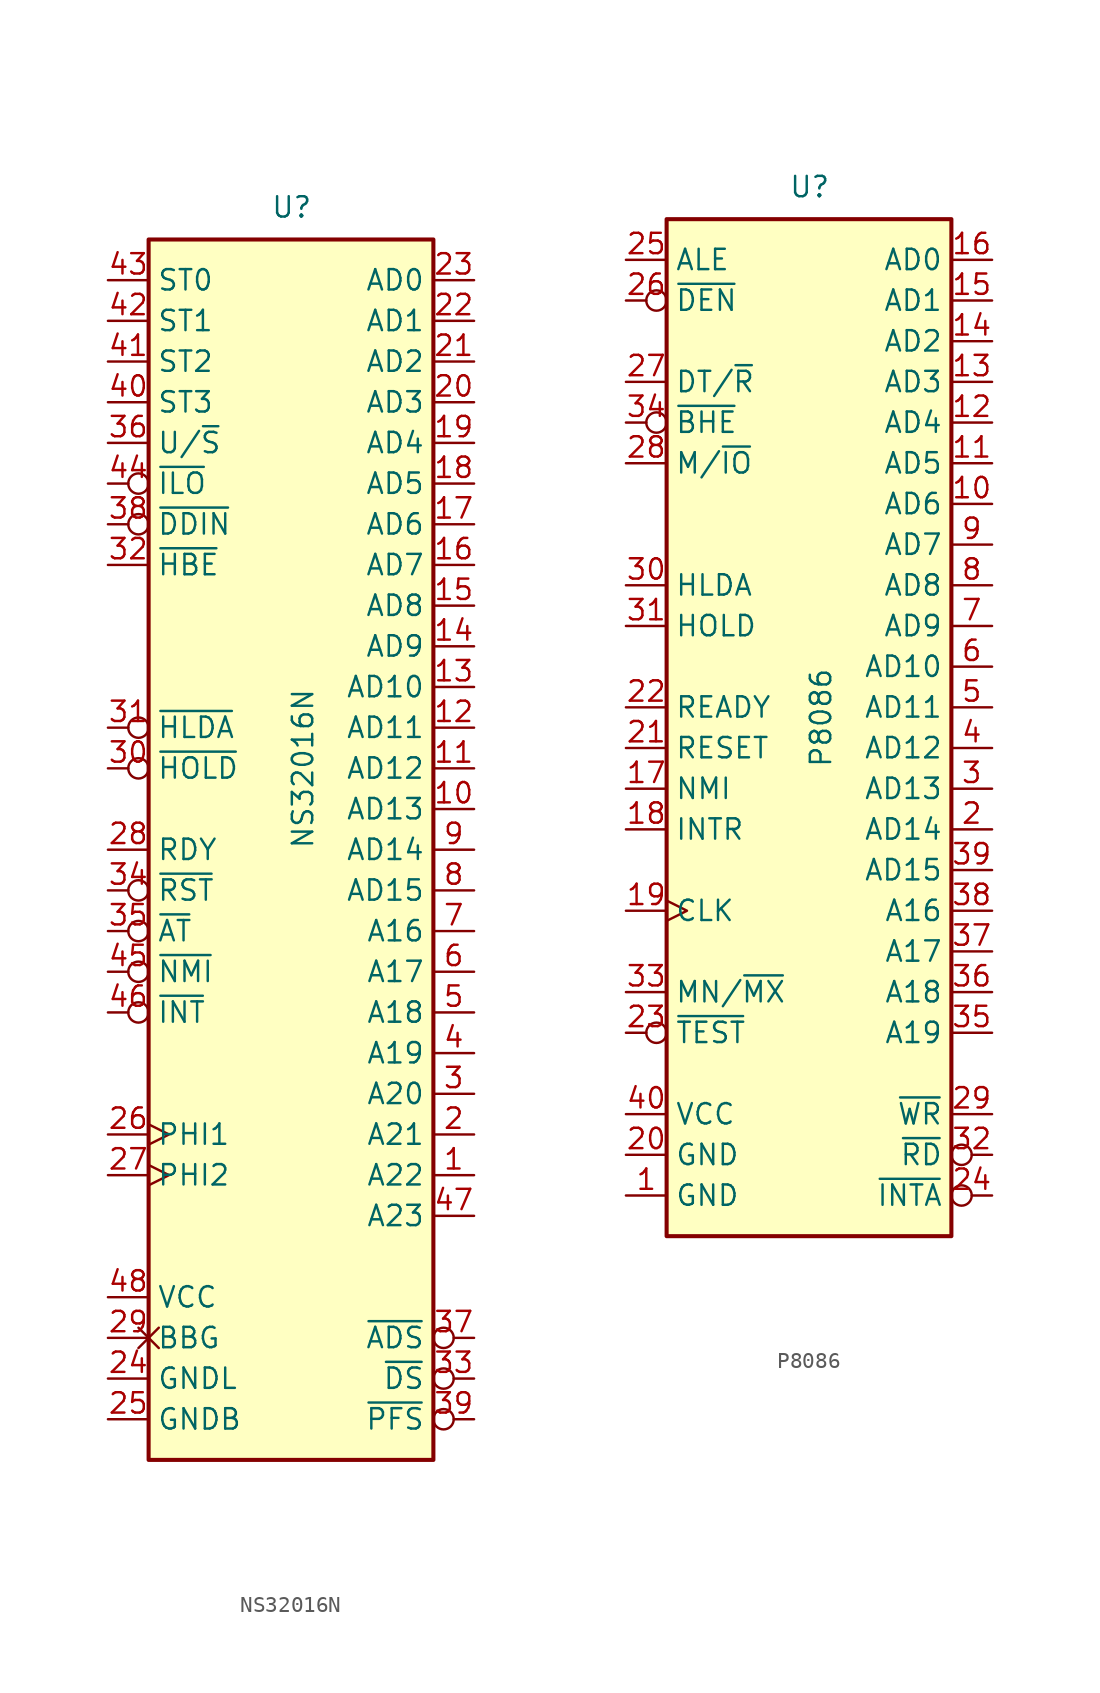
<source format=kicad_sym>
(kicad_symbol_lib
  (version 20211014)
  (generator kicad_symbol_editor)
  (symbol "NS32016N"
    (property "Reference" "U"
      (at -1.27 39.37 0)
      (effects (font (size 1.27 1.27)) (justify left bottom)))
    (property "Value" "NS32016N"
      (at 0 0 90)
      (effects (font (size 1.27 1.27)) (justify left top)))
    (symbol "NS32016N_0_0"
      (pin output line (at 11.43 -20.32 180) (length 2.54) (name "A22" (effects (font (size 1.27 1.27)))) (number "1" (effects (font (size 1.27 1.27)))))
      (pin output line (at 11.43 -17.78 180) (length 2.54) (name "A21" (effects (font (size 1.27 1.27)))) (number "2" (effects (font (size 1.27 1.27)))))
      (pin passive non_logic (at -11.43 -30.48 0) (length 2.54) (name "BBG" (effects (font (size 1.27 1.27)))) (number "29" (effects (font (size 1.27 1.27)))))
      (pin output line (at 11.43 -15.24 180) (length 2.54) (name "A20" (effects (font (size 1.27 1.27)))) (number "3" (effects (font (size 1.27 1.27)))))
      (pin output line (at 11.43 -12.7 180) (length 2.54) (name "A19" (effects (font (size 1.27 1.27)))) (number "4" (effects (font (size 1.27 1.27)))))
      (pin output line (at 11.43 -10.16 180) (length 2.54) (name "A18" (effects (font (size 1.27 1.27)))) (number "5" (effects (font (size 1.27 1.27)))))
      (pin output line (at 11.43 -7.62 180) (length 2.54) (name "A17" (effects (font (size 1.27 1.27)))) (number "6" (effects (font (size 1.27 1.27)))))
      (pin output line (at 11.43 -5.08 180) (length 2.54) (name "A16" (effects (font (size 1.27 1.27)))) (number "7" (effects (font (size 1.27 1.27))))))
    (symbol "NS32016N_0_1"
      (rectangle (start -8.89 -38.1) (end 8.89 38.1) (stroke (width 0.254) (type default) (color 0 0 0 0)) (fill (type background))))
    (symbol "NS32016N_1_1"
      (pin bidirectional line (at 11.43 2.54 180) (length 2.54) (name "AD13" (effects (font (size 1.27 1.27)))) (number "10" (effects (font (size 1.27 1.27)))))
      (pin bidirectional line (at 11.43 5.08 180) (length 2.54) (name "AD12" (effects (font (size 1.27 1.27)))) (number "11" (effects (font (size 1.27 1.27)))))
      (pin bidirectional line (at 11.43 7.62 180) (length 2.54) (name "AD11" (effects (font (size 1.27 1.27)))) (number "12" (effects (font (size 1.27 1.27)))))
      (pin bidirectional line (at 11.43 10.16 180) (length 2.54) (name "AD10" (effects (font (size 1.27 1.27)))) (number "13" (effects (font (size 1.27 1.27)))))
      (pin bidirectional line (at 11.43 12.7 180) (length 2.54) (name "AD9" (effects (font (size 1.27 1.27)))) (number "14" (effects (font (size 1.27 1.27)))))
      (pin bidirectional line (at 11.43 15.24 180) (length 2.54) (name "AD8" (effects (font (size 1.27 1.27)))) (number "15" (effects (font (size 1.27 1.27)))))
      (pin bidirectional line (at 11.43 17.78 180) (length 2.54) (name "AD7" (effects (font (size 1.27 1.27)))) (number "16" (effects (font (size 1.27 1.27)))))
      (pin bidirectional line (at 11.43 20.32 180) (length 2.54) (name "AD6" (effects (font (size 1.27 1.27)))) (number "17" (effects (font (size 1.27 1.27)))))
      (pin bidirectional line (at 11.43 22.86 180) (length 2.54) (name "AD5" (effects (font (size 1.27 1.27)))) (number "18" (effects (font (size 1.27 1.27)))))
      (pin bidirectional line (at 11.43 25.4 180) (length 2.54) (name "AD4" (effects (font (size 1.27 1.27)))) (number "19" (effects (font (size 1.27 1.27)))))
      (pin bidirectional line (at 11.43 27.94 180) (length 2.54) (name "AD3" (effects (font (size 1.27 1.27)))) (number "20" (effects (font (size 1.27 1.27)))))
      (pin bidirectional line (at 11.43 30.48 180) (length 2.54) (name "AD2" (effects (font (size 1.27 1.27)))) (number "21" (effects (font (size 1.27 1.27)))))
      (pin bidirectional line (at 11.43 33.02 180) (length 2.54) (name "AD1" (effects (font (size 1.27 1.27)))) (number "22" (effects (font (size 1.27 1.27)))))
      (pin bidirectional line (at 11.43 35.56 180) (length 2.54) (name "AD0" (effects (font (size 1.27 1.27)))) (number "23" (effects (font (size 1.27 1.27)))))
      (pin power_in line (at -11.43 -33.02 0) (length 2.54) (name "GNDL" (effects (font (size 1.27 1.27)))) (number "24" (effects (font (size 1.27 1.27)))))
      (pin power_in line (at -11.43 -35.56 0) (length 2.54) (name "GNDB" (effects (font (size 1.27 1.27)))) (number "25" (effects (font (size 1.27 1.27)))))
      (pin input clock (at -11.43 -17.78 0) (length 2.54) (name "PHI1" (effects (font (size 1.27 1.27)))) (number "26" (effects (font (size 1.27 1.27)))))
      (pin input clock (at -11.43 -20.32 0) (length 2.54) (name "PHI2" (effects (font (size 1.27 1.27)))) (number "27" (effects (font (size 1.27 1.27)))))
      (pin input line (at -11.43 0 0) (length 2.54) (name "RDY" (effects (font (size 1.27 1.27)))) (number "28" (effects (font (size 1.27 1.27)))))
      (pin input inverted (at -11.43 5.08 0) (length 2.54) (name "~{HOLD}" (effects (font (size 1.27 1.27)))) (number "30" (effects (font (size 1.27 1.27)))))
      (pin output inverted (at -11.43 7.62 0) (length 2.54) (name "~{HLDA}" (effects (font (size 1.27 1.27)))) (number "31" (effects (font (size 1.27 1.27)))))
      (pin output line (at -11.43 17.78 0) (length 2.54) (name "~{HBE}" (effects (font (size 1.27 1.27)))) (number "32" (effects (font (size 1.27 1.27)))))
      (pin output inverted (at 11.43 -33.02 180) (length 2.54) (name "~{DS}" (effects (font (size 1.27 1.27)))) (number "33" (effects (font (size 1.27 1.27)))))
      (pin input inverted (at -11.43 -2.54 0) (length 2.54) (name "~{RST}" (effects (font (size 1.27 1.27)))) (number "34" (effects (font (size 1.27 1.27)))))
      (pin input inverted (at -11.43 -5.08 0) (length 2.54) (name "~{AT}" (effects (font (size 1.27 1.27)))) (number "35" (effects (font (size 1.27 1.27)))))
      (pin output line (at -11.43 25.4 0) (length 2.54) (name "U/~{S}" (effects (font (size 1.27 1.27)))) (number "36" (effects (font (size 1.27 1.27)))))
      (pin output inverted (at 11.43 -30.48 180) (length 2.54) (name "~{ADS}" (effects (font (size 1.27 1.27)))) (number "37" (effects (font (size 1.27 1.27)))))
      (pin output inverted (at -11.43 20.32 0) (length 2.54) (name "~{DDIN}" (effects (font (size 1.27 1.27)))) (number "38" (effects (font (size 1.27 1.27)))))
      (pin output inverted (at 11.43 -35.56 180) (length 2.54) (name "~{PFS}" (effects (font (size 1.27 1.27)))) (number "39" (effects (font (size 1.27 1.27)))))
      (pin output line (at -11.43 27.94 0) (length 2.54) (name "ST3" (effects (font (size 1.27 1.27)))) (number "40" (effects (font (size 1.27 1.27)))))
      (pin output line (at -11.43 30.48 0) (length 2.54) (name "ST2" (effects (font (size 1.27 1.27)))) (number "41" (effects (font (size 1.27 1.27)))))
      (pin output line (at -11.43 33.02 0) (length 2.54) (name "ST1" (effects (font (size 1.27 1.27)))) (number "42" (effects (font (size 1.27 1.27)))))
      (pin output line (at -11.43 35.56 0) (length 2.54) (name "ST0" (effects (font (size 1.27 1.27)))) (number "43" (effects (font (size 1.27 1.27)))))
      (pin output inverted (at -11.43 22.86 0) (length 2.54) (name "~{ILO}" (effects (font (size 1.27 1.27)))) (number "44" (effects (font (size 1.27 1.27)))))
      (pin input inverted (at -11.43 -7.62 0) (length 2.54) (name "~{NMI}" (effects (font (size 1.27 1.27)))) (number "45" (effects (font (size 1.27 1.27)))))
      (pin input inverted (at -11.43 -10.16 0) (length 2.54) (name "~{INT}" (effects (font (size 1.27 1.27)))) (number "46" (effects (font (size 1.27 1.27)))))
      (pin output line (at 11.43 -22.86 180) (length 2.54) (name "A23" (effects (font (size 1.27 1.27)))) (number "47" (effects (font (size 1.27 1.27)))))
      (pin power_in line (at -11.43 -27.94 0) (length 2.54) (name "VCC" (effects (font (size 1.27 1.27)))) (number "48" (effects (font (size 1.27 1.27)))))
      (pin bidirectional line (at 11.43 -2.54 180) (length 2.54) (name "AD15" (effects (font (size 1.27 1.27)))) (number "8" (effects (font (size 1.27 1.27)))))
      (pin bidirectional line (at 11.43 0 180) (length 2.54) (name "AD14" (effects (font (size 1.27 1.27)))) (number "9" (effects (font (size 1.27 1.27)))))))
  (symbol "P8086"
    (property "Reference" "U"
      (at -1.27 31.75 0)
      (effects (font (size 1.27 1.27)) (justify left bottom)))
    (property "Value" "P8086"
      (at 0 -3.81 90)
      (effects (font (size 1.27 1.27)) (justify left top)))
    (symbol "P8086_0_1"
      (rectangle (start -8.89 -33.02) (end 8.89 30.48) (stroke (width 0.254) (type default) (color 0 0 0 0)) (fill (type background))))
    (symbol "P8086_1_1"
      (pin power_in line (at -11.43 -30.48 0) (length 2.54) (name "GND" (effects (font (size 1.27 1.27)))) (number "1" (effects (font (size 1.27 1.27)))))
      (pin bidirectional line (at 11.43 12.7 180) (length 2.54) (name "AD6" (effects (font (size 1.27 1.27)))) (number "10" (effects (font (size 1.27 1.27)))))
      (pin bidirectional line (at 11.43 15.24 180) (length 2.54) (name "AD5" (effects (font (size 1.27 1.27)))) (number "11" (effects (font (size 1.27 1.27)))))
      (pin bidirectional line (at 11.43 17.78 180) (length 2.54) (name "AD4" (effects (font (size 1.27 1.27)))) (number "12" (effects (font (size 1.27 1.27)))))
      (pin bidirectional line (at 11.43 20.32 180) (length 2.54) (name "AD3" (effects (font (size 1.27 1.27)))) (number "13" (effects (font (size 1.27 1.27)))))
      (pin bidirectional line (at 11.43 22.86 180) (length 2.54) (name "AD2" (effects (font (size 1.27 1.27)))) (number "14" (effects (font (size 1.27 1.27)))))
      (pin bidirectional line (at 11.43 25.4 180) (length 2.54) (name "AD1" (effects (font (size 1.27 1.27)))) (number "15" (effects (font (size 1.27 1.27)))))
      (pin bidirectional line (at 11.43 27.94 180) (length 2.54) (name "AD0" (effects (font (size 1.27 1.27)))) (number "16" (effects (font (size 1.27 1.27)))))
      (pin input line (at -11.43 -5.08 0) (length 2.54) (name "NMI" (effects (font (size 1.27 1.27)))) (number "17" (effects (font (size 1.27 1.27)))))
      (pin input line (at -11.43 -7.62 0) (length 2.54) (name "INTR" (effects (font (size 1.27 1.27)))) (number "18" (effects (font (size 1.27 1.27)))))
      (pin input clock (at -11.43 -12.7 0) (length 2.54) (name "CLK" (effects (font (size 1.27 1.27)))) (number "19" (effects (font (size 1.27 1.27)))))
      (pin bidirectional line (at 11.43 -7.62 180) (length 2.54) (name "AD14" (effects (font (size 1.27 1.27)))) (number "2" (effects (font (size 1.27 1.27)))))
      (pin power_in line (at -11.43 -27.94 0) (length 2.54) (name "GND" (effects (font (size 1.27 1.27)))) (number "20" (effects (font (size 1.27 1.27)))))
      (pin input line (at -11.43 -2.54 0) (length 2.54) (name "RESET" (effects (font (size 1.27 1.27)))) (number "21" (effects (font (size 1.27 1.27)))))
      (pin input line (at -11.43 0 0) (length 2.54) (name "READY" (effects (font (size 1.27 1.27)))) (number "22" (effects (font (size 1.27 1.27)))))
      (pin input inverted (at -11.43 -20.32 0) (length 2.54) (name "~{TEST}" (effects (font (size 1.27 1.27)))) (number "23" (effects (font (size 1.27 1.27)))))
      (pin output inverted (at 11.43 -30.48 180) (length 2.54) (name "~{INTA}" (effects (font (size 1.27 1.27)))) (number "24" (effects (font (size 1.27 1.27)))))
      (pin output line (at -11.43 27.94 0) (length 2.54) (name "ALE" (effects (font (size 1.27 1.27)))) (number "25" (effects (font (size 1.27 1.27)))))
      (pin output inverted (at -11.43 25.4 0) (length 2.54) (name "~{DEN}" (effects (font (size 1.27 1.27)))) (number "26" (effects (font (size 1.27 1.27)))))
      (pin output line (at -11.43 20.32 0) (length 2.54) (name "DT/~{R}" (effects (font (size 1.27 1.27)))) (number "27" (effects (font (size 1.27 1.27)))))
      (pin output line (at -11.43 15.24 0) (length 2.54) (name "M/~{IO}" (effects (font (size 1.27 1.27)))) (number "28" (effects (font (size 1.27 1.27)))))
      (pin output line (at 11.43 -25.4 180) (length 2.54) (name "~{WR}" (effects (font (size 1.27 1.27)))) (number "29" (effects (font (size 1.27 1.27)))))
      (pin bidirectional line (at 11.43 -5.08 180) (length 2.54) (name "AD13" (effects (font (size 1.27 1.27)))) (number "3" (effects (font (size 1.27 1.27)))))
      (pin output line (at -11.43 7.62 0) (length 2.54) (name "HLDA" (effects (font (size 1.27 1.27)))) (number "30" (effects (font (size 1.27 1.27)))))
      (pin input line (at -11.43 5.08 0) (length 2.54) (name "HOLD" (effects (font (size 1.27 1.27)))) (number "31" (effects (font (size 1.27 1.27)))))
      (pin output inverted (at 11.43 -27.94 180) (length 2.54) (name "~{RD}" (effects (font (size 1.27 1.27)))) (number "32" (effects (font (size 1.27 1.27)))))
      (pin input line (at -11.43 -17.78 0) (length 2.54) (name "MN/~{MX}" (effects (font (size 1.27 1.27)))) (number "33" (effects (font (size 1.27 1.27)))))
      (pin output inverted (at -11.43 17.78 0) (length 2.54) (name "~{BHE}" (effects (font (size 1.27 1.27)))) (number "34" (effects (font (size 1.27 1.27)))))
      (pin output line (at 11.43 -20.32 180) (length 2.54) (name "A19" (effects (font (size 1.27 1.27)))) (number "35" (effects (font (size 1.27 1.27)))))
      (pin output line (at 11.43 -17.78 180) (length 2.54) (name "A18" (effects (font (size 1.27 1.27)))) (number "36" (effects (font (size 1.27 1.27)))))
      (pin output line (at 11.43 -15.24 180) (length 2.54) (name "A17" (effects (font (size 1.27 1.27)))) (number "37" (effects (font (size 1.27 1.27)))))
      (pin output line (at 11.43 -12.7 180) (length 2.54) (name "A16" (effects (font (size 1.27 1.27)))) (number "38" (effects (font (size 1.27 1.27)))))
      (pin bidirectional line (at 11.43 -10.16 180) (length 2.54) (name "AD15" (effects (font (size 1.27 1.27)))) (number "39" (effects (font (size 1.27 1.27)))))
      (pin bidirectional line (at 11.43 -2.54 180) (length 2.54) (name "AD12" (effects (font (size 1.27 1.27)))) (number "4" (effects (font (size 1.27 1.27)))))
      (pin power_in line (at -11.43 -25.4 0) (length 2.54) (name "VCC" (effects (font (size 1.27 1.27)))) (number "40" (effects (font (size 1.27 1.27)))))
      (pin bidirectional line (at 11.43 0 180) (length 2.54) (name "AD11" (effects (font (size 1.27 1.27)))) (number "5" (effects (font (size 1.27 1.27)))))
      (pin bidirectional line (at 11.43 2.54 180) (length 2.54) (name "AD10" (effects (font (size 1.27 1.27)))) (number "6" (effects (font (size 1.27 1.27)))))
      (pin bidirectional line (at 11.43 5.08 180) (length 2.54) (name "AD9" (effects (font (size 1.27 1.27)))) (number "7" (effects (font (size 1.27 1.27)))))
      (pin bidirectional line (at 11.43 7.62 180) (length 2.54) (name "AD8" (effects (font (size 1.27 1.27)))) (number "8" (effects (font (size 1.27 1.27)))))
      (pin bidirectional line (at 11.43 10.16 180) (length 2.54) (name "AD7" (effects (font (size 1.27 1.27)))) (number "9" (effects (font (size 1.27 1.27))))))))
</source>
